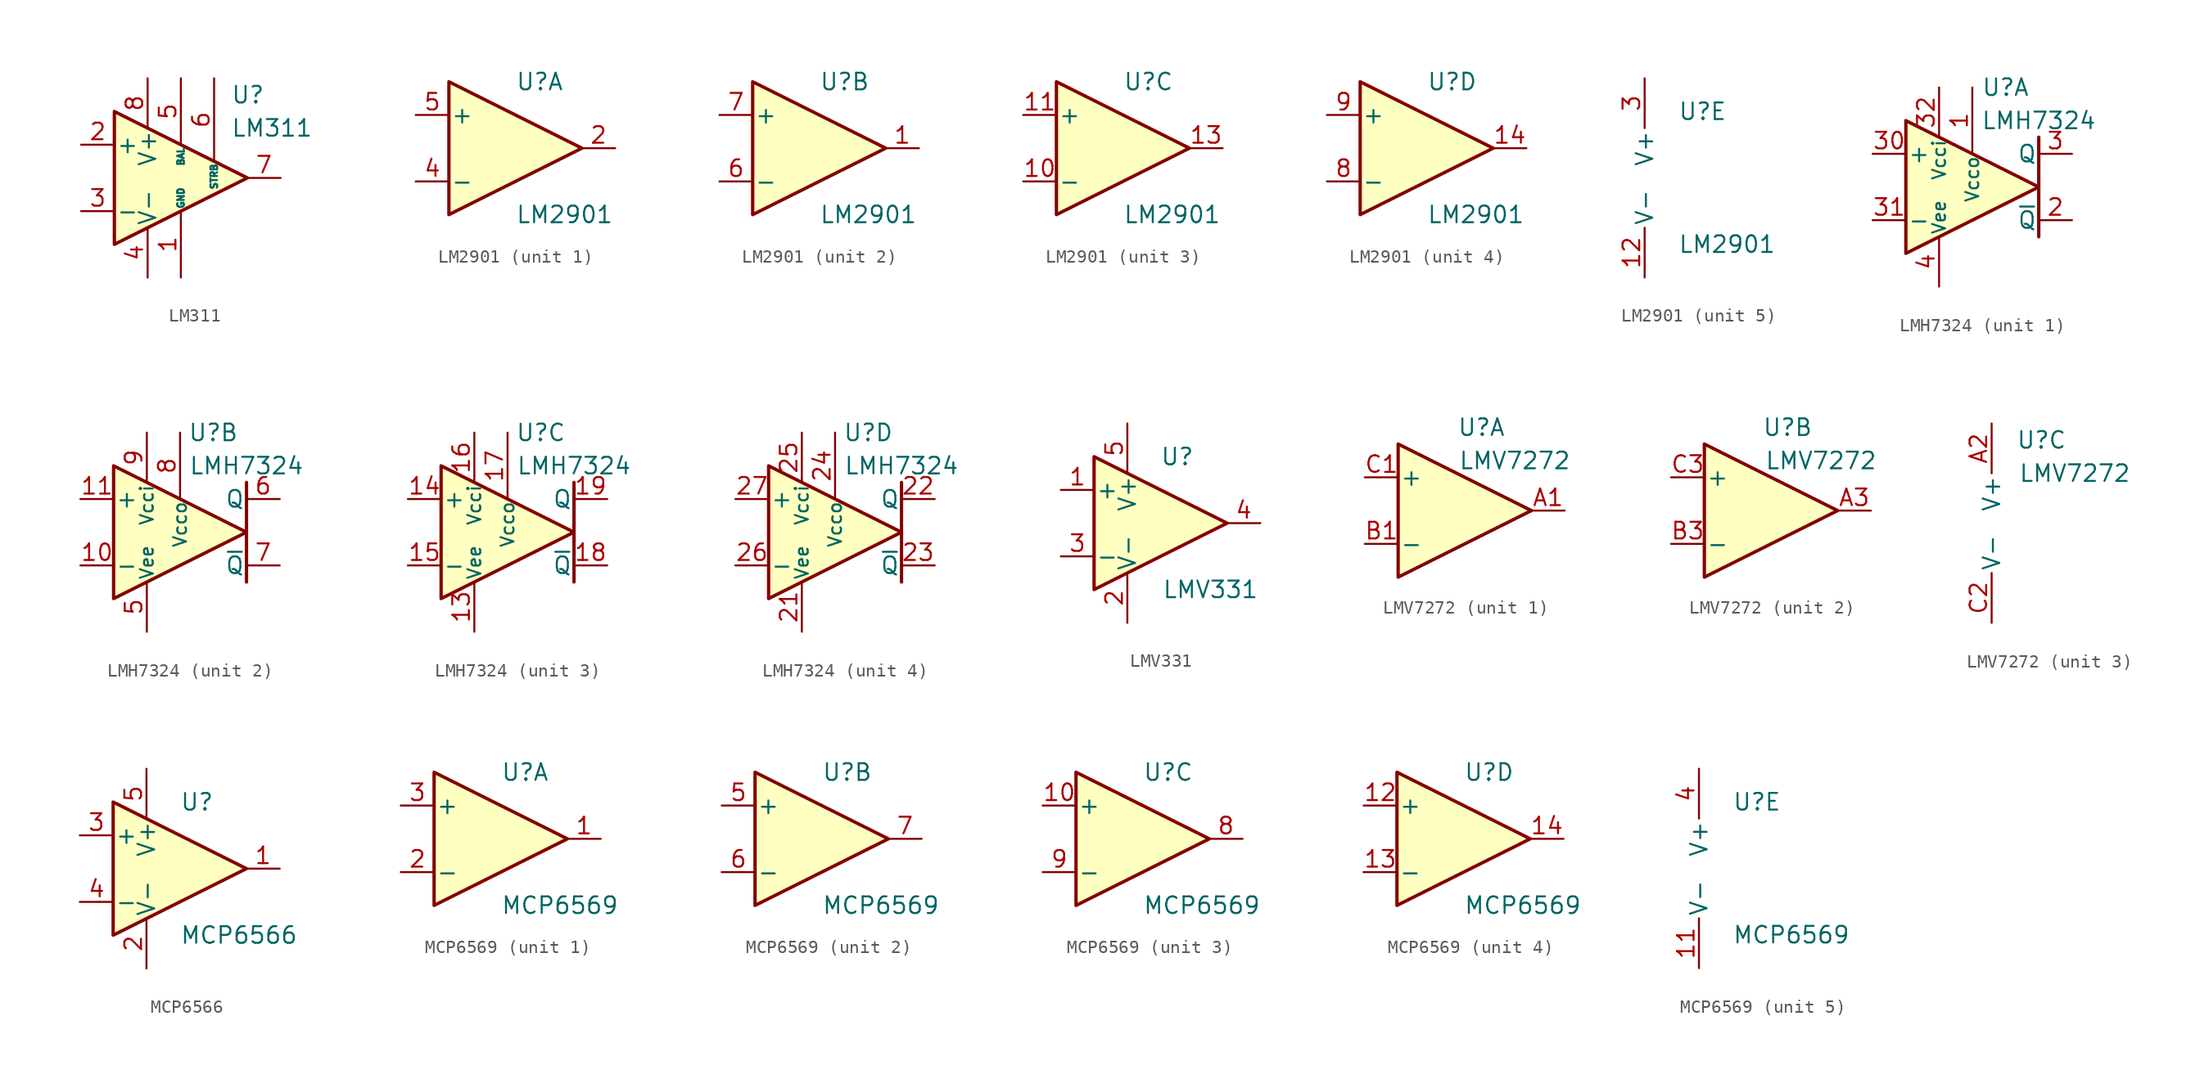
<source format=kicad_sym>
(kicad_symbol_lib
  (version 20211014)
  (generator kicad_symbol_editor)
  (symbol "LM311"
    (pin_names
      (offset 0.127))
    (property "Reference" "U"
      (at 3.81 6.35 0)
      (effects (font (size 1.27 1.27)) (justify left)))
    (property "Value" "LM311"
      (at 3.81 3.81 0)
      (effects (font (size 1.27 1.27)) (justify left)))
    (symbol "LM311_0_1"
      (polyline (pts (xy 5.08 0) (xy -5.08 5.08) (xy -5.08 -5.08) (xy 5.08 0)) (stroke (width 0.254) (type default) (color 0 0 0 0)) (fill (type background))))
    (symbol "LM311_1_1"
      (pin passive line (at 0 -7.62 90) (length 5.08) (name "GND" (effects (font (size 0.508 0.508)))) (number "1" (effects (font (size 1.27 1.27)))))
      (pin input line (at -7.62 2.54 0) (length 2.54) (name "+" (effects (font (size 1.27 1.27)))) (number "2" (effects (font (size 1.27 1.27)))))
      (pin input line (at -7.62 -2.54 0) (length 2.54) (name "-" (effects (font (size 1.27 1.27)))) (number "3" (effects (font (size 1.27 1.27)))))
      (pin power_in line (at -2.54 -7.62 90) (length 3.81) (name "V-" (effects (font (size 1.27 1.27)))) (number "4" (effects (font (size 1.27 1.27)))))
      (pin passive line (at 0 7.62 270) (length 5.08) (name "BAL" (effects (font (size 0.508 0.508)))) (number "5" (effects (font (size 1.27 1.27)))))
      (pin passive line (at 2.54 7.62 270) (length 6.35) (name "STRB" (effects (font (size 0.508 0.508)))) (number "6" (effects (font (size 1.27 1.27)))))
      (pin open_collector line (at 7.62 0 180) (length 2.54) (name "~" (effects (font (size 1.27 1.27)))) (number "7" (effects (font (size 1.27 1.27)))))
      (pin power_in line (at -2.54 7.62 270) (length 3.81) (name "V+" (effects (font (size 1.27 1.27)))) (number "8" (effects (font (size 1.27 1.27)))))))
  (symbol "LM2901"
    (pin_names
      (offset 0.127))
    (property "Reference" "U"
      (at 0 5.08 0)
      (effects (font (size 1.27 1.27)) (justify left)))
    (property "Value" "LM2901"
      (at 0 -5.08 0)
      (effects (font (size 1.27 1.27)) (justify left)))
    (property "ki_locked" ""
      (at 0 0 0)
      (effects (font (size 1.27 1.27))))
    (symbol "LM2901_1_1"
      (polyline (pts (xy -5.08 5.08) (xy 5.08 0) (xy -5.08 -5.08) (xy -5.08 5.08)) (stroke (width 0.254) (type default) (color 0 0 0 0)) (fill (type background)))
      (pin open_collector line (at 7.62 0 180) (length 2.54) (name "~" (effects (font (size 1.27 1.27)))) (number "2" (effects (font (size 1.27 1.27)))))
      (pin input line (at -7.62 -2.54 0) (length 2.54) (name "-" (effects (font (size 1.27 1.27)))) (number "4" (effects (font (size 1.27 1.27)))))
      (pin input line (at -7.62 2.54 0) (length 2.54) (name "+" (effects (font (size 1.27 1.27)))) (number "5" (effects (font (size 1.27 1.27))))))
    (symbol "LM2901_2_1"
      (polyline (pts (xy -5.08 5.08) (xy 5.08 0) (xy -5.08 -5.08) (xy -5.08 5.08)) (stroke (width 0.254) (type default) (color 0 0 0 0)) (fill (type background)))
      (pin open_collector line (at 7.62 0 180) (length 2.54) (name "~" (effects (font (size 1.27 1.27)))) (number "1" (effects (font (size 1.27 1.27)))))
      (pin input line (at -7.62 -2.54 0) (length 2.54) (name "-" (effects (font (size 1.27 1.27)))) (number "6" (effects (font (size 1.27 1.27)))))
      (pin input line (at -7.62 2.54 0) (length 2.54) (name "+" (effects (font (size 1.27 1.27)))) (number "7" (effects (font (size 1.27 1.27))))))
    (symbol "LM2901_3_1"
      (polyline (pts (xy -5.08 5.08) (xy 5.08 0) (xy -5.08 -5.08) (xy -5.08 5.08)) (stroke (width 0.254) (type default) (color 0 0 0 0)) (fill (type background)))
      (pin input line (at -7.62 -2.54 0) (length 2.54) (name "-" (effects (font (size 1.27 1.27)))) (number "10" (effects (font (size 1.27 1.27)))))
      (pin input line (at -7.62 2.54 0) (length 2.54) (name "+" (effects (font (size 1.27 1.27)))) (number "11" (effects (font (size 1.27 1.27)))))
      (pin open_collector line (at 7.62 0 180) (length 2.54) (name "~" (effects (font (size 1.27 1.27)))) (number "13" (effects (font (size 1.27 1.27))))))
    (symbol "LM2901_4_1"
      (polyline (pts (xy -5.08 5.08) (xy 5.08 0) (xy -5.08 -5.08) (xy -5.08 5.08)) (stroke (width 0.254) (type default) (color 0 0 0 0)) (fill (type background)))
      (pin open_collector line (at 7.62 0 180) (length 2.54) (name "~" (effects (font (size 1.27 1.27)))) (number "14" (effects (font (size 1.27 1.27)))))
      (pin input line (at -7.62 -2.54 0) (length 2.54) (name "-" (effects (font (size 1.27 1.27)))) (number "8" (effects (font (size 1.27 1.27)))))
      (pin input line (at -7.62 2.54 0) (length 2.54) (name "+" (effects (font (size 1.27 1.27)))) (number "9" (effects (font (size 1.27 1.27))))))
    (symbol "LM2901_5_1"
      (pin power_in line (at -2.54 -7.62 90) (length 3.81) (name "V-" (effects (font (size 1.27 1.27)))) (number "12" (effects (font (size 1.27 1.27)))))
      (pin power_in line (at -2.54 7.62 270) (length 3.81) (name "V+" (effects (font (size 1.27 1.27)))) (number "3" (effects (font (size 1.27 1.27)))))))
  (symbol "LMH7324"
    (pin_names
      (offset 0.127))
    (property "Reference" "U"
      (at 2.54 7.62 0)
      (effects (font (size 1.27 1.27))))
    (property "Value" "LMH7324"
      (at 5.08 5.08 0)
      (effects (font (size 1.27 1.27))))
    (symbol "LMH7324_0_1"
      (polyline (pts (xy 5.08 3.81) (xy 5.08 -3.81)) (stroke (width 0.254) (type default) (color 0 0 0 0)) (fill (type none)))
      (polyline (pts (xy -5.08 5.08) (xy 5.08 0) (xy -5.08 -5.08) (xy -5.08 5.08)) (stroke (width 0.254) (type default) (color 0 0 0 0)) (fill (type background))))
    (symbol "LMH7324_1_1"
      (pin power_in line (at 0 7.62 270) (length 5.08) (name "Vcco" (effects (font (size 0.991 0.991)))) (number "1" (effects (font (size 1.27 1.27)))))
      (pin output line (at 7.62 -2.54 180) (length 2.54) (name "~{Q}" (effects (font (size 1.27 1.27)))) (number "2" (effects (font (size 1.27 1.27)))))
      (pin passive line (at -2.54 -7.62 90) (length 3.81) hide (name "Vee" (effects (font (size 0.991 0.991)))) (number "29" (effects (font (size 1.27 1.27)))))
      (pin output line (at 7.62 2.54 180) (length 2.54) (name "Q" (effects (font (size 1.27 1.27)))) (number "3" (effects (font (size 1.27 1.27)))))
      (pin input line (at -7.62 2.54 0) (length 2.54) (name "+" (effects (font (size 1.27 1.27)))) (number "30" (effects (font (size 1.27 1.27)))))
      (pin input line (at -7.62 -2.54 0) (length 2.54) (name "-" (effects (font (size 1.27 1.27)))) (number "31" (effects (font (size 1.27 1.27)))))
      (pin power_in line (at -2.54 7.62 270) (length 3.81) (name "Vcci" (effects (font (size 0.991 0.991)))) (number "32" (effects (font (size 1.27 1.27)))))
      (pin power_in line (at -2.54 -7.62 90) (length 3.81) (name "Vee" (effects (font (size 0.991 0.991)))) (number "4" (effects (font (size 1.27 1.27))))))
    (symbol "LMH7324_2_1"
      (pin input line (at -7.62 -2.54 0) (length 2.54) (name "-" (effects (font (size 1.27 1.27)))) (number "10" (effects (font (size 1.27 1.27)))))
      (pin input line (at -7.62 2.54 0) (length 2.54) (name "+" (effects (font (size 1.27 1.27)))) (number "11" (effects (font (size 1.27 1.27)))))
      (pin passive line (at -2.54 -7.62 90) (length 3.81) hide (name "Vee" (effects (font (size 0.991 0.991)))) (number "12" (effects (font (size 1.27 1.27)))))
      (pin power_in line (at -2.54 -7.62 90) (length 3.81) (name "Vee" (effects (font (size 0.991 0.991)))) (number "5" (effects (font (size 1.27 1.27)))))
      (pin output line (at 7.62 2.54 180) (length 2.54) (name "Q" (effects (font (size 1.27 1.27)))) (number "6" (effects (font (size 1.27 1.27)))))
      (pin output line (at 7.62 -2.54 180) (length 2.54) (name "~{Q}" (effects (font (size 1.27 1.27)))) (number "7" (effects (font (size 1.27 1.27)))))
      (pin power_in line (at 0 7.62 270) (length 5.08) (name "Vcco" (effects (font (size 0.991 0.991)))) (number "8" (effects (font (size 1.27 1.27)))))
      (pin power_in line (at -2.54 7.62 270) (length 3.81) (name "Vcci" (effects (font (size 0.991 0.991)))) (number "9" (effects (font (size 1.27 1.27))))))
    (symbol "LMH7324_3_1"
      (pin power_in line (at -2.54 -7.62 90) (length 3.81) (name "Vee" (effects (font (size 0.991 0.991)))) (number "13" (effects (font (size 1.27 1.27)))))
      (pin input line (at -7.62 2.54 0) (length 2.54) (name "+" (effects (font (size 1.27 1.27)))) (number "14" (effects (font (size 1.27 1.27)))))
      (pin input line (at -7.62 -2.54 0) (length 2.54) (name "-" (effects (font (size 1.27 1.27)))) (number "15" (effects (font (size 1.27 1.27)))))
      (pin power_in line (at -2.54 7.62 270) (length 3.81) (name "Vcci" (effects (font (size 0.991 0.991)))) (number "16" (effects (font (size 1.27 1.27)))))
      (pin power_in line (at 0 7.62 270) (length 5.08) (name "Vcco" (effects (font (size 0.991 0.991)))) (number "17" (effects (font (size 1.27 1.27)))))
      (pin output line (at 7.62 -2.54 180) (length 2.54) (name "~{Q}" (effects (font (size 1.27 1.27)))) (number "18" (effects (font (size 1.27 1.27)))))
      (pin output line (at 7.62 2.54 180) (length 2.54) (name "Q" (effects (font (size 1.27 1.27)))) (number "19" (effects (font (size 1.27 1.27)))))
      (pin passive line (at -2.54 -7.62 90) (length 3.81) hide (name "Vee" (effects (font (size 0.991 0.991)))) (number "20" (effects (font (size 1.27 1.27))))))
    (symbol "LMH7324_4_1"
      (pin power_in line (at -2.54 -7.62 90) (length 3.81) (name "Vee" (effects (font (size 0.991 0.991)))) (number "21" (effects (font (size 1.27 1.27)))))
      (pin output line (at 7.62 2.54 180) (length 2.54) (name "Q" (effects (font (size 1.27 1.27)))) (number "22" (effects (font (size 1.27 1.27)))))
      (pin output line (at 7.62 -2.54 180) (length 2.54) (name "~{Q}" (effects (font (size 1.27 1.27)))) (number "23" (effects (font (size 1.27 1.27)))))
      (pin power_in line (at 0 7.62 270) (length 5.08) (name "Vcco" (effects (font (size 0.991 0.991)))) (number "24" (effects (font (size 1.27 1.27)))))
      (pin power_in line (at -2.54 7.62 270) (length 3.81) (name "Vcci" (effects (font (size 0.991 0.991)))) (number "25" (effects (font (size 1.27 1.27)))))
      (pin input line (at -7.62 -2.54 0) (length 2.54) (name "-" (effects (font (size 1.27 1.27)))) (number "26" (effects (font (size 1.27 1.27)))))
      (pin input line (at -7.62 2.54 0) (length 2.54) (name "+" (effects (font (size 1.27 1.27)))) (number "27" (effects (font (size 1.27 1.27)))))
      (pin passive line (at -2.54 -7.62 90) (length 3.81) hide (name "Vee" (effects (font (size 0.991 0.991)))) (number "28" (effects (font (size 1.27 1.27)))))))
  (symbol "LMV331"
    (pin_names
      (offset 0.127))
    (property "Reference" "U"
      (at 1.27 5.08 0)
      (effects (font (size 1.27 1.27))))
    (property "Value" "LMV331"
      (at 3.81 -5.08 0)
      (effects (font (size 1.27 1.27))))
    (symbol "LMV331_0_1"
      (polyline (pts (xy -5.08 5.08) (xy 5.08 0) (xy -5.08 -5.08) (xy -5.08 5.08)) (stroke (width 0.254) (type default) (color 0 0 0 0)) (fill (type background))))
    (symbol "LMV331_1_1"
      (pin input line (at -7.62 2.54 0) (length 2.54) (name "+" (effects (font (size 1.27 1.27)))) (number "1" (effects (font (size 1.27 1.27)))))
      (pin input line (at -2.54 -7.62 90) (length 3.81) (name "V-" (effects (font (size 1.27 1.27)))) (number "2" (effects (font (size 1.27 1.27)))))
      (pin input line (at -7.62 -2.54 0) (length 2.54) (name "-" (effects (font (size 1.27 1.27)))) (number "3" (effects (font (size 1.27 1.27)))))
      (pin output line (at 7.62 0 180) (length 2.54) (name "~" (effects (font (size 1.27 1.27)))) (number "4" (effects (font (size 1.27 1.27)))))
      (pin input line (at -2.54 7.62 270) (length 3.81) (name "V+" (effects (font (size 1.27 1.27)))) (number "5" (effects (font (size 1.27 1.27)))))))
  (symbol "LMV7272"
    (pin_names
      (offset 0.127))
    (property "Reference" "U"
      (at 1.27 6.35 0)
      (effects (font (size 1.27 1.27))))
    (property "Value" "LMV7272"
      (at 3.81 3.81 0)
      (effects (font (size 1.27 1.27))))
    (property "ki_locked" ""
      (at 0 0 0)
      (effects (font (size 1.27 1.27))))
    (symbol "LMV7272_1_1"
      (polyline (pts (xy -5.08 5.08) (xy 5.08 0) (xy -5.08 -5.08) (xy -5.08 5.08)) (stroke (width 0.254) (type default) (color 0 0 0 0)) (fill (type background)))
      (pin open_collector line (at 7.62 0 180) (length 2.54) (name "~" (effects (font (size 1.27 1.27)))) (number "A1" (effects (font (size 1.27 1.27)))))
      (pin input line (at -7.62 -2.54 0) (length 2.54) (name "-" (effects (font (size 1.27 1.27)))) (number "B1" (effects (font (size 1.27 1.27)))))
      (pin input line (at -7.62 2.54 0) (length 2.54) (name "+" (effects (font (size 1.27 1.27)))) (number "C1" (effects (font (size 1.27 1.27))))))
    (symbol "LMV7272_2_1"
      (polyline (pts (xy -5.08 2.54) (xy -5.08 5.08) (xy 5.08 0) (xy -5.08 -5.08) (xy -5.08 2.54)) (stroke (width 0.254) (type default) (color 0 0 0 0)) (fill (type background)))
      (pin open_collector line (at 7.62 0 180) (length 2.54) (name "~" (effects (font (size 1.27 1.27)))) (number "A3" (effects (font (size 1.27 1.27)))))
      (pin input line (at -7.62 -2.54 0) (length 2.54) (name "-" (effects (font (size 1.27 1.27)))) (number "B3" (effects (font (size 1.27 1.27)))))
      (pin input line (at -7.62 2.54 0) (length 2.54) (name "+" (effects (font (size 1.27 1.27)))) (number "C3" (effects (font (size 1.27 1.27))))))
    (symbol "LMV7272_3_1"
      (pin power_in line (at -2.54 7.62 270) (length 3.81) (name "V+" (effects (font (size 1.27 1.27)))) (number "A2" (effects (font (size 1.27 1.27)))))
      (pin power_in line (at -2.54 -7.62 90) (length 3.81) (name "V-" (effects (font (size 1.27 1.27)))) (number "C2" (effects (font (size 1.27 1.27)))))))
  (symbol "MCP6566"
    (pin_names
      (offset 0.127))
    (property "Reference" "U"
      (at 0 5.08 0)
      (effects (font (size 1.27 1.27)) (justify left)))
    (property "Value" "MCP6566"
      (at 0 -5.08 0)
      (effects (font (size 1.27 1.27)) (justify left)))
    (symbol "MCP6566_0_1"
      (polyline (pts (xy -5.08 5.08) (xy 5.08 0) (xy -5.08 -5.08) (xy -5.08 5.08)) (stroke (width 0.254) (type default) (color 0 0 0 0)) (fill (type background)))
      (pin power_in line (at -2.54 -7.62 90) (length 3.81) (name "V-" (effects (font (size 1.27 1.27)))) (number "2" (effects (font (size 1.27 1.27)))))
      (pin power_in line (at -2.54 7.62 270) (length 3.81) (name "V+" (effects (font (size 1.27 1.27)))) (number "5" (effects (font (size 1.27 1.27))))))
    (symbol "MCP6566_1_1"
      (pin open_collector line (at 7.62 0 180) (length 2.54) (name "~" (effects (font (size 1.27 1.27)))) (number "1" (effects (font (size 1.27 1.27)))))
      (pin input line (at -7.62 2.54 0) (length 2.54) (name "+" (effects (font (size 1.27 1.27)))) (number "3" (effects (font (size 1.27 1.27)))))
      (pin input line (at -7.62 -2.54 0) (length 2.54) (name "-" (effects (font (size 1.27 1.27)))) (number "4" (effects (font (size 1.27 1.27)))))))
  (symbol "MCP6569"
    (pin_names
      (offset 0.127))
    (property "Reference" "U"
      (at 0 5.08 0)
      (effects (font (size 1.27 1.27)) (justify left)))
    (property "Value" "MCP6569"
      (at 0 -5.08 0)
      (effects (font (size 1.27 1.27)) (justify left)))
    (property "ki_locked" ""
      (at 0 0 0)
      (effects (font (size 1.27 1.27))))
    (symbol "MCP6569_1_1"
      (polyline (pts (xy -5.08 5.08) (xy 5.08 0) (xy -5.08 -5.08) (xy -5.08 5.08)) (stroke (width 0.254) (type default) (color 0 0 0 0)) (fill (type background)))
      (pin open_collector line (at 7.62 0 180) (length 2.54) (name "~" (effects (font (size 1.27 1.27)))) (number "1" (effects (font (size 1.27 1.27)))))
      (pin input line (at -7.62 -2.54 0) (length 2.54) (name "-" (effects (font (size 1.27 1.27)))) (number "2" (effects (font (size 1.27 1.27)))))
      (pin input line (at -7.62 2.54 0) (length 2.54) (name "+" (effects (font (size 1.27 1.27)))) (number "3" (effects (font (size 1.27 1.27))))))
    (symbol "MCP6569_2_1"
      (polyline (pts (xy -5.08 5.08) (xy 5.08 0) (xy -5.08 -5.08) (xy -5.08 5.08)) (stroke (width 0.254) (type default) (color 0 0 0 0)) (fill (type background)))
      (pin input line (at -7.62 2.54 0) (length 2.54) (name "+" (effects (font (size 1.27 1.27)))) (number "5" (effects (font (size 1.27 1.27)))))
      (pin input line (at -7.62 -2.54 0) (length 2.54) (name "-" (effects (font (size 1.27 1.27)))) (number "6" (effects (font (size 1.27 1.27)))))
      (pin open_collector line (at 7.62 0 180) (length 2.54) (name "~" (effects (font (size 1.27 1.27)))) (number "7" (effects (font (size 1.27 1.27))))))
    (symbol "MCP6569_3_1"
      (polyline (pts (xy -5.08 5.08) (xy 5.08 0) (xy -5.08 -5.08) (xy -5.08 5.08)) (stroke (width 0.254) (type default) (color 0 0 0 0)) (fill (type background)))
      (pin input line (at -7.62 2.54 0) (length 2.54) (name "+" (effects (font (size 1.27 1.27)))) (number "10" (effects (font (size 1.27 1.27)))))
      (pin open_collector line (at 7.62 0 180) (length 2.54) (name "~" (effects (font (size 1.27 1.27)))) (number "8" (effects (font (size 1.27 1.27)))))
      (pin input line (at -7.62 -2.54 0) (length 2.54) (name "-" (effects (font (size 1.27 1.27)))) (number "9" (effects (font (size 1.27 1.27))))))
    (symbol "MCP6569_4_1"
      (polyline (pts (xy -5.08 5.08) (xy 5.08 0) (xy -5.08 -5.08) (xy -5.08 5.08)) (stroke (width 0.254) (type default) (color 0 0 0 0)) (fill (type background)))
      (pin input line (at -7.62 2.54 0) (length 2.54) (name "+" (effects (font (size 1.27 1.27)))) (number "12" (effects (font (size 1.27 1.27)))))
      (pin input line (at -7.62 -2.54 0) (length 2.54) (name "-" (effects (font (size 1.27 1.27)))) (number "13" (effects (font (size 1.27 1.27)))))
      (pin open_collector line (at 7.62 0 180) (length 2.54) (name "~" (effects (font (size 1.27 1.27)))) (number "14" (effects (font (size 1.27 1.27))))))
    (symbol "MCP6569_5_1"
      (pin power_in line (at -2.54 -7.62 90) (length 3.81) (name "V-" (effects (font (size 1.27 1.27)))) (number "11" (effects (font (size 1.27 1.27)))))
      (pin power_in line (at -2.54 7.62 270) (length 3.81) (name "V+" (effects (font (size 1.27 1.27)))) (number "4" (effects (font (size 1.27 1.27))))))))
</source>
